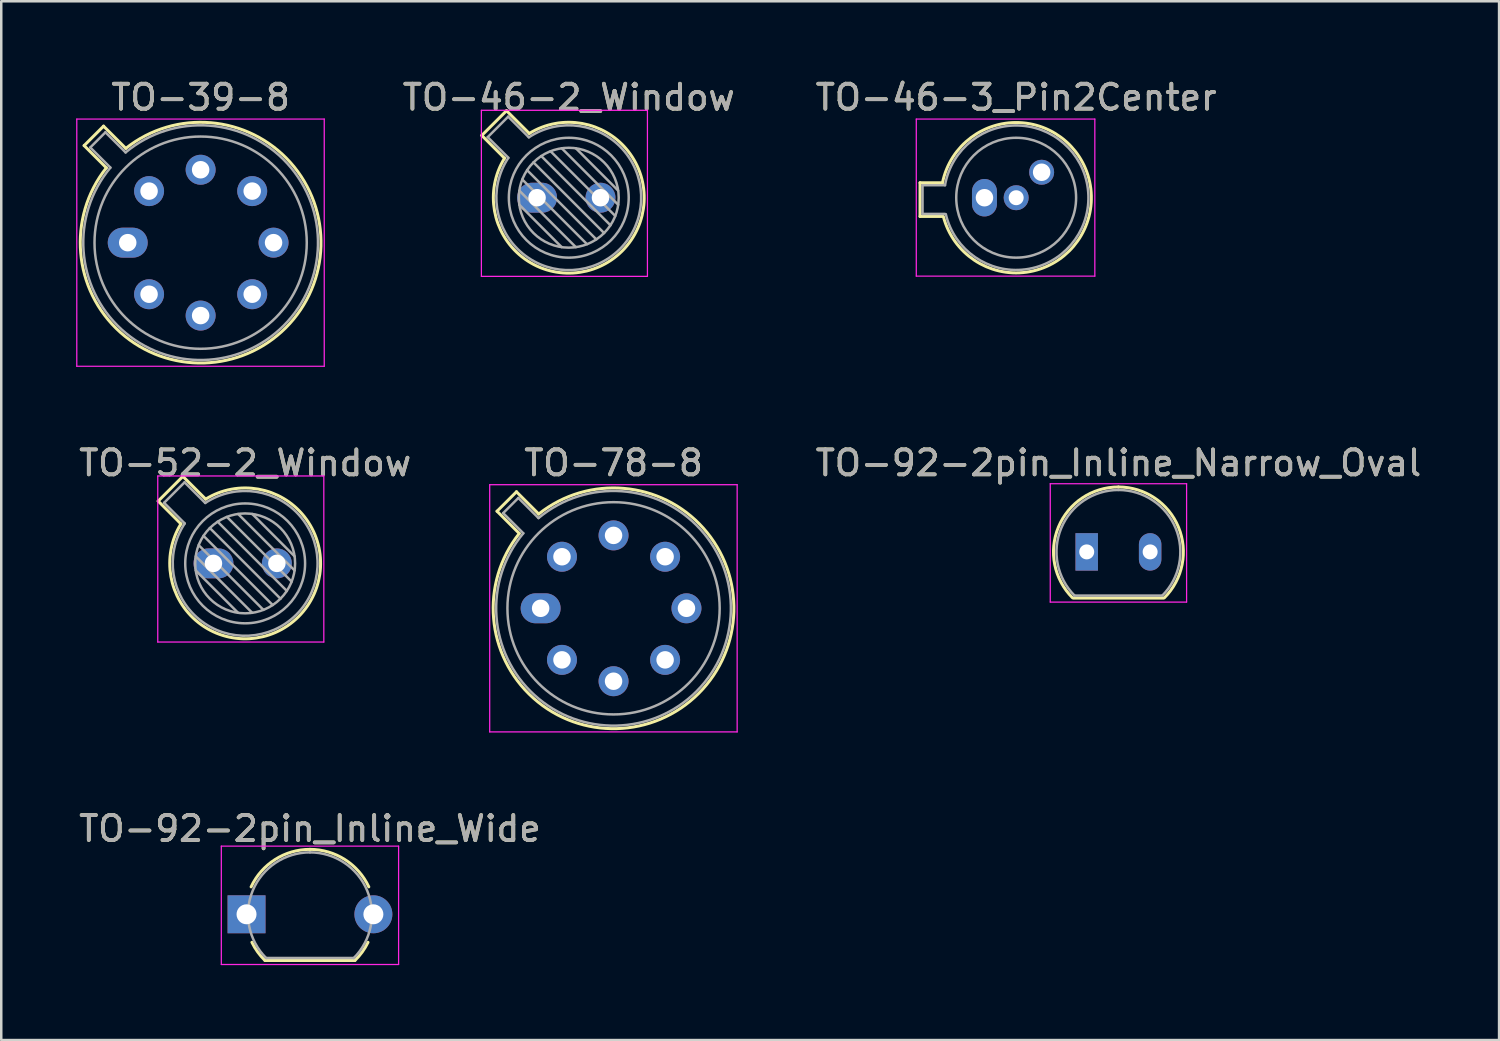
<source format=kicad_pcb>
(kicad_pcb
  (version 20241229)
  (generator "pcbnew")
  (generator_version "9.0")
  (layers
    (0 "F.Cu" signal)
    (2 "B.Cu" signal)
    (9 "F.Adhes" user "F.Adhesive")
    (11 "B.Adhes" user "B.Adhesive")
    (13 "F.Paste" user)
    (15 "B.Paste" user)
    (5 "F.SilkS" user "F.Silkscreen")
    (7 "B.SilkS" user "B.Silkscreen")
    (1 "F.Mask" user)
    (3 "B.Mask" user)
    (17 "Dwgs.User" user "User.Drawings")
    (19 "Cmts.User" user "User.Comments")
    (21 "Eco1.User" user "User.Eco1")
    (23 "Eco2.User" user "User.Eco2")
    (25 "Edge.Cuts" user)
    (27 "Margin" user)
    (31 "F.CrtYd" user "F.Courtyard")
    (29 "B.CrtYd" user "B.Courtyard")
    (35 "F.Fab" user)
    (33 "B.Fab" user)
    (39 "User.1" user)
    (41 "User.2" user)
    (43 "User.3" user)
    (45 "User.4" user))
  (footprint "TO-46-2_Window"
    (layer "F.Cu")
    (at 18.458 4.868)
    (property "Reference" "TO-46-2_Window" (at 1.27 -4.02 0) (layer "F.SilkS") (effects (font (size 1 1) (thickness 0.15))))
    (attr through_hole)
    (fp_line (start -2.214 -2.494) (end -1.302 -1.582) (stroke (width 0.12) (type solid)) (layer "F.SilkS"))
    (fp_line (start -1.224 -3.484) (end -2.214 -2.494) (stroke (width 0.12) (type solid)) (layer "F.SilkS"))
    (fp_line (start -0.312 -2.572) (end -1.224 -3.484) (stroke (width 0.12) (type solid)) (layer "F.SilkS"))
    (fp_arc (start -0.312331 -2.572281) (mid 3.405374 2.135551) (end -1.30215 -1.582544) (stroke (width 0.12) (type solid)) (layer "F.SilkS"))
    (fp_line (start -2.23 -3.5) (end -2.23 3.15) (stroke (width 0.05) (type solid)) (layer "F.CrtYd"))
    (fp_line (start -2.23 3.15) (end 4.42 3.15) (stroke (width 0.05) (type solid)) (layer "F.CrtYd"))
    (fp_line (start 4.42 -3.5) (end -2.23 -3.5) (stroke (width 0.05) (type solid)) (layer "F.CrtYd"))
    (fp_line (start 4.42 3.15) (end 4.42 -3.5) (stroke (width 0.05) (type solid)) (layer "F.CrtYd"))
    (fp_line (start -1.977 -2.426) (end -1.149 -1.599) (stroke (width 0.1) (type solid)) (layer "F.Fab"))
    (fp_line (start -1.156 -3.247) (end -1.977 -2.426) (stroke (width 0.1) (type solid)) (layer "F.Fab"))
    (fp_line (start -0.71 -0.283) (end 1.553 1.98) (stroke (width 0.1) (type solid)) (layer "F.Fab"))
    (fp_line (start -0.71 0.283) (end 0.987 1.98) (stroke (width 0.1) (type solid)) (layer "F.Fab"))
    (fp_line (start -0.592 -0.731) (end 2.001 1.862) (stroke (width 0.1) (type solid)) (layer "F.Fab"))
    (fp_line (start -0.399 -1.103) (end 2.373 1.669) (stroke (width 0.1) (type solid)) (layer "F.Fab"))
    (fp_line (start -0.329 -2.419) (end -1.156 -3.247) (stroke (width 0.1) (type solid)) (layer "F.Fab"))
    (fp_line (start -0.145 -1.415) (end 2.685 1.415) (stroke (width 0.1) (type solid)) (layer "F.Fab"))
    (fp_line (start 0.167 -1.669) (end 2.939 1.103) (stroke (width 0.1) (type solid)) (layer "F.Fab"))
    (fp_line (start 0.539 -1.862) (end 3.132 0.731) (stroke (width 0.1) (type solid)) (layer "F.Fab"))
    (fp_line (start 0.987 -1.98) (end 3.25 0.283) (stroke (width 0.1) (type solid)) (layer "F.Fab"))
    (fp_line (start 1.553 -1.98) (end 3.25 -0.283) (stroke (width 0.1) (type solid)) (layer "F.Fab"))
    (fp_arc (start -0.329057 -2.419301) (mid 3.321076 2.050143) (end -1.150029 -1.597956) (stroke (width 0.1) (type solid)) (layer "F.Fab"))
    (fp_circle (center 1.27 0) (end 3.27 0) (stroke (width 0.1) (type solid)) (fill no) (layer "F.Fab"))
    (fp_circle (center 1.27 0) (end 3.67 0) (stroke (width 0.1) (type solid)) (fill no) (layer "F.Fab"))
    (fp_text user "${REFERENCE}" (at 1.27 -4.02 0) (layer "F.Fab") (effects (font (size 1 1) (thickness 0.15))))
    (pad "1" thru_hole oval (at 0 0) (size 1.6 1.2) (drill 0.7) (layers "*.Cu" "*.Mask"))
    (pad "2" thru_hole oval (at 2.54 0) (size 1.2 1.2) (drill 0.7) (layers "*.Cu" "*.Mask")))
  (footprint "TO-78-8"
    (layer "F.Cu")
    (at 18.601 21.311)
    (property "Reference" "TO-78-8" (at 2.92 -5.82 0) (layer "F.SilkS") (effects (font (size 1 1) (thickness 0.15))))
    (attr through_hole)
    (fp_line (start -1.746 -3.888) (end -0.855 -2.997) (stroke (width 0.12) (type solid)) (layer "F.SilkS"))
    (fp_line (start -0.968 -4.666) (end -1.746 -3.888) (stroke (width 0.12) (type solid)) (layer "F.SilkS"))
    (fp_line (start -0.077 -3.775) (end -0.968 -4.666) (stroke (width 0.12) (type solid)) (layer "F.SilkS"))
    (fp_arc (start -0.077084 -3.774902) (mid 6.328125 3.408384) (end -0.854674 -2.997371) (stroke (width 0.12) (type solid)) (layer "F.SilkS"))
    (fp_line (start -2.04 -4.95) (end -2.04 4.95) (stroke (width 0.05) (type solid)) (layer "F.CrtYd"))
    (fp_line (start -2.04 4.95) (end 7.87 4.95) (stroke (width 0.05) (type solid)) (layer "F.CrtYd"))
    (fp_line (start 7.87 -4.95) (end -2.04 -4.95) (stroke (width 0.05) (type solid)) (layer "F.CrtYd"))
    (fp_line (start 7.87 4.95) (end 7.87 -4.95) (stroke (width 0.05) (type solid)) (layer "F.CrtYd"))
    (fp_line (start -1.5 -3.812) (end -0.694 -3.005) (stroke (width 0.1) (type solid)) (layer "F.Fab"))
    (fp_line (start -0.892 -4.42) (end -1.5 -3.812) (stroke (width 0.1) (type solid)) (layer "F.Fab"))
    (fp_line (start -0.085 -3.614) (end -0.892 -4.42) (stroke (width 0.1) (type solid)) (layer "F.Fab"))
    (fp_arc (start -0.085408 -3.61352) (mid 6.243443 3.323361) (end -0.693594 -3.005319) (stroke (width 0.1) (type solid)) (layer "F.Fab"))
    (fp_circle (center 2.92 0) (end 7.17 0) (stroke (width 0.1) (type solid)) (fill no) (layer "F.Fab"))
    (fp_text user "${REFERENCE}" (at 2.92 -5.82 0) (layer "F.Fab") (effects (font (size 1 1) (thickness 0.15))))
    (pad "1" thru_hole oval (at 0 0) (size 1.6 1.2) (drill 0.7) (layers "*.Cu" "*.Mask"))
    (pad "2" thru_hole oval (at 0.855 2.065) (size 1.2 1.2) (drill 0.7) (layers "*.Cu" "*.Mask"))
    (pad "3" thru_hole oval (at 2.92 2.92) (size 1.2 1.2) (drill 0.7) (layers "*.Cu" "*.Mask"))
    (pad "4" thru_hole oval (at 4.985 2.065) (size 1.2 1.2) (drill 0.7) (layers "*.Cu" "*.Mask"))
    (pad "5" thru_hole oval (at 5.84 0) (size 1.2 1.2) (drill 0.7) (layers "*.Cu" "*.Mask"))
    (pad "6" thru_hole oval (at 4.985 -2.065) (size 1.2 1.2) (drill 0.7) (layers "*.Cu" "*.Mask"))
    (pad "7" thru_hole oval (at 2.92 -2.92) (size 1.2 1.2) (drill 0.7) (layers "*.Cu" "*.Mask"))
    (pad "8" thru_hole oval (at 0.855 -2.065) (size 1.2 1.2) (drill 0.7) (layers "*.Cu" "*.Mask")))
  (footprint "TO-39-8"
    (layer "F.Cu")
    (at 2.065 6.668)
    (property "Reference" "TO-39-8" (at 2.92 -5.82 0) (layer "F.SilkS") (effects (font (size 1 1) (thickness 0.15))))
    (attr through_hole)
    (fp_line (start -1.746 -3.888) (end -0.855 -2.997) (stroke (width 0.12) (type solid)) (layer "F.SilkS"))
    (fp_line (start -0.968 -4.666) (end -1.746 -3.888) (stroke (width 0.12) (type solid)) (layer "F.SilkS"))
    (fp_line (start -0.077 -3.775) (end -0.968 -4.666) (stroke (width 0.12) (type solid)) (layer "F.SilkS"))
    (fp_arc (start -0.077084 -3.774902) (mid 6.328125 3.408384) (end -0.854674 -2.997371) (stroke (width 0.12) (type solid)) (layer "F.SilkS"))
    (fp_line (start -2.04 -4.95) (end -2.04 4.95) (stroke (width 0.05) (type solid)) (layer "F.CrtYd"))
    (fp_line (start -2.04 4.95) (end 7.87 4.95) (stroke (width 0.05) (type solid)) (layer "F.CrtYd"))
    (fp_line (start 7.87 -4.95) (end -2.04 -4.95) (stroke (width 0.05) (type solid)) (layer "F.CrtYd"))
    (fp_line (start 7.87 4.95) (end 7.87 -4.95) (stroke (width 0.05) (type solid)) (layer "F.CrtYd"))
    (fp_line (start -1.5 -3.812) (end -0.694 -3.005) (stroke (width 0.1) (type solid)) (layer "F.Fab"))
    (fp_line (start -0.892 -4.42) (end -1.5 -3.812) (stroke (width 0.1) (type solid)) (layer "F.Fab"))
    (fp_line (start -0.085 -3.614) (end -0.892 -4.42) (stroke (width 0.1) (type solid)) (layer "F.Fab"))
    (fp_arc (start -0.085408 -3.61352) (mid 6.243443 3.323361) (end -0.693594 -3.005319) (stroke (width 0.1) (type solid)) (layer "F.Fab"))
    (fp_circle (center 2.92 0) (end 7.17 0) (stroke (width 0.1) (type solid)) (fill no) (layer "F.Fab"))
    (fp_text user "${REFERENCE}" (at 2.92 -5.82 0) (layer "F.Fab") (effects (font (size 1 1) (thickness 0.15))))
    (pad "1" thru_hole oval (at 0 0) (size 1.6 1.2) (drill 0.7) (layers "*.Cu" "*.Mask"))
    (pad "2" thru_hole oval (at 0.855 2.065) (size 1.2 1.2) (drill 0.7) (layers "*.Cu" "*.Mask"))
    (pad "3" thru_hole oval (at 2.92 2.92) (size 1.2 1.2) (drill 0.7) (layers "*.Cu" "*.Mask"))
    (pad "4" thru_hole oval (at 4.985 2.065) (size 1.2 1.2) (drill 0.7) (layers "*.Cu" "*.Mask"))
    (pad "5" thru_hole oval (at 5.84 0) (size 1.2 1.2) (drill 0.7) (layers "*.Cu" "*.Mask"))
    (pad "6" thru_hole oval (at 4.985 -2.065) (size 1.2 1.2) (drill 0.7) (layers "*.Cu" "*.Mask"))
    (pad "7" thru_hole oval (at 2.92 -2.92) (size 1.2 1.2) (drill 0.7) (layers "*.Cu" "*.Mask"))
    (pad "8" thru_hole oval (at 0.855 -2.065) (size 1.2 1.2) (drill 0.7) (layers "*.Cu" "*.Mask")))
  (footprint "TO-52-2_Window"
    (layer "F.Cu")
    (at 5.498 19.512)
    (property "Reference" "TO-52-2_Window" (at 1.27 -4.02 0) (layer "F.SilkS") (effects (font (size 1 1) (thickness 0.15))))
    (attr through_hole)
    (fp_line (start -2.214 -2.494) (end -1.302 -1.582) (stroke (width 0.12) (type solid)) (layer "F.SilkS"))
    (fp_line (start -1.224 -3.484) (end -2.214 -2.494) (stroke (width 0.12) (type solid)) (layer "F.SilkS"))
    (fp_line (start -0.312 -2.572) (end -1.224 -3.484) (stroke (width 0.12) (type solid)) (layer "F.SilkS"))
    (fp_arc (start -0.312331 -2.572281) (mid 3.405374 2.135551) (end -1.30215 -1.582544) (stroke (width 0.12) (type solid)) (layer "F.SilkS"))
    (fp_line (start -2.23 -3.5) (end -2.23 3.15) (stroke (width 0.05) (type solid)) (layer "F.CrtYd"))
    (fp_line (start -2.23 3.15) (end 4.42 3.15) (stroke (width 0.05) (type solid)) (layer "F.CrtYd"))
    (fp_line (start 4.42 -3.5) (end -2.23 -3.5) (stroke (width 0.05) (type solid)) (layer "F.CrtYd"))
    (fp_line (start 4.42 3.15) (end 4.42 -3.5) (stroke (width 0.05) (type solid)) (layer "F.CrtYd"))
    (fp_line (start -1.977 -2.426) (end -1.149 -1.599) (stroke (width 0.1) (type solid)) (layer "F.Fab"))
    (fp_line (start -1.156 -3.247) (end -1.977 -2.426) (stroke (width 0.1) (type solid)) (layer "F.Fab"))
    (fp_line (start -0.71 -0.283) (end 1.553 1.98) (stroke (width 0.1) (type solid)) (layer "F.Fab"))
    (fp_line (start -0.71 0.283) (end 0.987 1.98) (stroke (width 0.1) (type solid)) (layer "F.Fab"))
    (fp_line (start -0.592 -0.731) (end 2.001 1.862) (stroke (width 0.1) (type solid)) (layer "F.Fab"))
    (fp_line (start -0.399 -1.103) (end 2.373 1.669) (stroke (width 0.1) (type solid)) (layer "F.Fab"))
    (fp_line (start -0.329 -2.419) (end -1.156 -3.247) (stroke (width 0.1) (type solid)) (layer "F.Fab"))
    (fp_line (start -0.145 -1.415) (end 2.685 1.415) (stroke (width 0.1) (type solid)) (layer "F.Fab"))
    (fp_line (start 0.167 -1.669) (end 2.939 1.103) (stroke (width 0.1) (type solid)) (layer "F.Fab"))
    (fp_line (start 0.539 -1.862) (end 3.132 0.731) (stroke (width 0.1) (type solid)) (layer "F.Fab"))
    (fp_line (start 0.987 -1.98) (end 3.25 0.283) (stroke (width 0.1) (type solid)) (layer "F.Fab"))
    (fp_line (start 1.553 -1.98) (end 3.25 -0.283) (stroke (width 0.1) (type solid)) (layer "F.Fab"))
    (fp_arc (start -0.329057 -2.419301) (mid 3.321076 2.050143) (end -1.150029 -1.597956) (stroke (width 0.1) (type solid)) (layer "F.Fab"))
    (fp_circle (center 1.27 0) (end 3.27 0) (stroke (width 0.1) (type solid)) (fill no) (layer "F.Fab"))
    (fp_circle (center 1.27 0) (end 3.67 0) (stroke (width 0.1) (type solid)) (fill no) (layer "F.Fab"))
    (fp_text user "${REFERENCE}" (at 1.27 -4.02 0) (layer "F.Fab") (effects (font (size 1 1) (thickness 0.15))))
    (pad "1" thru_hole oval (at 0 0) (size 1.6 1.2) (drill 0.7) (layers "*.Cu" "*.Mask"))
    (pad "2" thru_hole oval (at 2.54 0) (size 1.2 1.2) (drill 0.7) (layers "*.Cu" "*.Mask")))
  (footprint "TO-92-2pin_Inline_Narrow_Oval"
    (layer "F.Cu")
    (at 40.47 19.052)
    (property "Reference" "TO-92-2pin_Inline_Narrow_Oval" (at 1.27 -3.56 0) (layer "F.SilkS") (effects (font (size 1 1) (thickness 0.15))))
    (attr through_hole)
    (fp_line (start -0.53 1.85) (end 3.07 1.85) (stroke (width 0.12) (type solid)) (layer "F.SilkS"))
    (fp_arc (start -0.568478 1.838478) (mid -1.132087 -0.994977) (end 1.27 -2.6) (stroke (width 0.12) (type solid)) (layer "F.SilkS"))
    (fp_arc (start 1.27 -2.6) (mid 3.672087 -0.994977) (end 3.108478 1.838478) (stroke (width 0.12) (type solid)) (layer "F.SilkS"))
    (fp_line (start -1.46 -2.73) (end -1.46 2.01) (stroke (width 0.05) (type solid)) (layer "F.CrtYd"))
    (fp_line (start -1.46 -2.73) (end 4 -2.73) (stroke (width 0.05) (type solid)) (layer "F.CrtYd"))
    (fp_line (start 4 2.01) (end -1.46 2.01) (stroke (width 0.05) (type solid)) (layer "F.CrtYd"))
    (fp_line (start 4 2.01) (end 4 -2.73) (stroke (width 0.05) (type solid)) (layer "F.CrtYd"))
    (fp_line (start -0.5 1.75) (end 3 1.75) (stroke (width 0.1) (type solid)) (layer "F.Fab"))
    (fp_arc (start -0.483625 1.753625) (mid -1.021221 -0.949055) (end 1.27 -2.48) (stroke (width 0.1) (type solid)) (layer "F.Fab"))
    (fp_arc (start 1.27 -2.48) (mid 3.561221 -0.949055) (end 3.023625 1.753625) (stroke (width 0.1) (type solid)) (layer "F.Fab"))
    (fp_text user "${REFERENCE}" (at 1.27 -3.56 0) (layer "F.Fab") (effects (font (size 1 1) (thickness 0.15))))
    (pad "1" thru_hole rect (at 0 0 180) (size 0.9 1.5) (drill 0.6) (layers "*.Cu" "*.Mask"))
    (pad "2" thru_hole oval (at 2.54 0 180) (size 0.9 1.5) (drill 0.6) (layers "*.Cu" "*.Mask")))
  (footprint "TO-92-2pin_Inline_Wide"
    (layer "F.Cu")
    (at 6.823 33.565)
    (property "Reference" "TO-92-2pin_Inline_Wide" (at 2.54 -3.43 180) (layer "F.SilkS") (effects (font (size 1 1) (thickness 0.15))))
    (attr through_hole)
    (fp_line (start 0.74 1.85) (end 4.34 1.85) (stroke (width 0.12) (type solid)) (layer "F.SilkS"))
    (fp_arc (start 0.1836 -1.098807) (mid 1.143021 -2.192817) (end 2.54 -2.6) (stroke (width 0.12) (type solid)) (layer "F.SilkS"))
    (fp_arc (start 0.74 1.85) (mid 0.446097 1.509328) (end 0.215816 1.122795) (stroke (width 0.12) (type solid)) (layer "F.SilkS"))
    (fp_arc (start 2.54 -2.6) (mid 3.936979 -2.192818) (end 4.8964 -1.098807) (stroke (width 0.12) (type solid)) (layer "F.SilkS"))
    (fp_arc (start 4.864184 1.122795) (mid 4.633903 1.509328) (end 4.34 1.85) (stroke (width 0.12) (type solid)) (layer "F.SilkS"))
    (fp_line (start -1.01 -2.73) (end -1.01 2.01) (stroke (width 0.05) (type solid)) (layer "F.CrtYd"))
    (fp_line (start -1.01 -2.73) (end 6.09 -2.73) (stroke (width 0.05) (type solid)) (layer "F.CrtYd"))
    (fp_line (start 6.09 2.01) (end -1.01 2.01) (stroke (width 0.05) (type solid)) (layer "F.CrtYd"))
    (fp_line (start 6.09 2.01) (end 6.09 -2.73) (stroke (width 0.05) (type solid)) (layer "F.CrtYd"))
    (fp_line (start 0.8 1.75) (end 4.3 1.75) (stroke (width 0.1) (type solid)) (layer "F.Fab"))
    (fp_arc (start 0.786375 1.753625) (mid 0.248779 -0.949055) (end 2.54 -2.48) (stroke (width 0.1) (type solid)) (layer "F.Fab"))
    (fp_arc (start 2.54 -2.48) (mid 4.831221 -0.949055) (end 4.293625 1.753625) (stroke (width 0.1) (type solid)) (layer "F.Fab"))
    (fp_text user "${REFERENCE}" (at 2.54 -3.43 180) (layer "F.Fab") (effects (font (size 1 1) (thickness 0.15))))
    (pad "1" thru_hole rect (at 0 0 90) (size 1.52 1.52) (drill 0.8) (layers "*.Cu" "*.Mask"))
    (pad "2" thru_hole circle (at 5.08 0 90) (size 1.52 1.52) (drill 0.8) (layers "*.Cu" "*.Mask")))
  (footprint "TO-46-3_Pin2Center"
    (layer "F.Cu")
    (at 36.375 4.868)
    (property "Reference" "TO-46-3_Pin2Center" (at 1.27 -4.02 0) (layer "F.SilkS") (effects (font (size 1 1) (thickness 0.15))))
    (attr through_hole)
    (fp_line (start -2.58 -0.6) (end -2.58 0.75) (stroke (width 0.12) (type solid)) (layer "F.SilkS"))
    (fp_line (start -2.58 0.75) (end -1.68 0.75) (stroke (width 0.12) (type solid)) (layer "F.SilkS"))
    (fp_line (start -1.68 -0.6) (end -2.58 -0.6) (stroke (width 0.12) (type solid)) (layer "F.SilkS"))
    (fp_arc (start -1.68 -0.6) (mid 4.279362 -0.078983) (end -1.644465 0.753918) (stroke (width 0.12) (type solid)) (layer "F.SilkS"))
    (fp_line (start -2.73 -3.15) (end -2.73 3.14) (stroke (width 0.05) (type solid)) (layer "F.CrtYd"))
    (fp_line (start -2.73 -3.15) (end 4.42 -3.15) (stroke (width 0.05) (type solid)) (layer "F.CrtYd"))
    (fp_line (start 4.42 3.14) (end -2.73 3.14) (stroke (width 0.05) (type solid)) (layer "F.CrtYd"))
    (fp_line (start 4.42 3.14) (end 4.42 -3.15) (stroke (width 0.05) (type solid)) (layer "F.CrtYd"))
    (fp_line (start -2.48 -0.5) (end -2.48 0.65) (stroke (width 0.1) (type solid)) (layer "F.Fab"))
    (fp_line (start -2.48 0.65) (end -1.58 0.65) (stroke (width 0.1) (type solid)) (layer "F.Fab"))
    (fp_line (start -1.58 -0.5) (end -2.48 -0.5) (stroke (width 0.1) (type solid)) (layer "F.Fab"))
    (fp_arc (start -1.58 -0.5) (mid 4.1624 -0.08076) (end -1.54766 0.65825) (stroke (width 0.1) (type solid)) (layer "F.Fab"))
    (fp_circle (center 1.27 0) (end 3.67 0) (stroke (width 0.1) (type solid)) (fill no) (layer "F.Fab"))
    (fp_text user "${REFERENCE}" (at 1.27 -4.02 0) (layer "F.Fab") (effects (font (size 1 1) (thickness 0.15))))
    (pad "1" thru_hole oval (at 0 0 90) (size 1.5 1) (drill 0.7) (layers "*.Cu" "*.Mask"))
    (pad "2" thru_hole oval (at 1.27 0) (size 1 1) (drill 0.6) (layers "*.Cu" "*.Mask"))
    (pad "3" thru_hole oval (at 2.29 -1.02 90) (size 1 1) (drill 0.7) (layers "*.Cu" "*.Mask")))
  (gr_rect
    (start -3 -3)
    (end 56.984 38.6)
    (stroke (width 0.1) (type default))
    (fill no)
    (layer "Edge.Cuts")))
</source>
